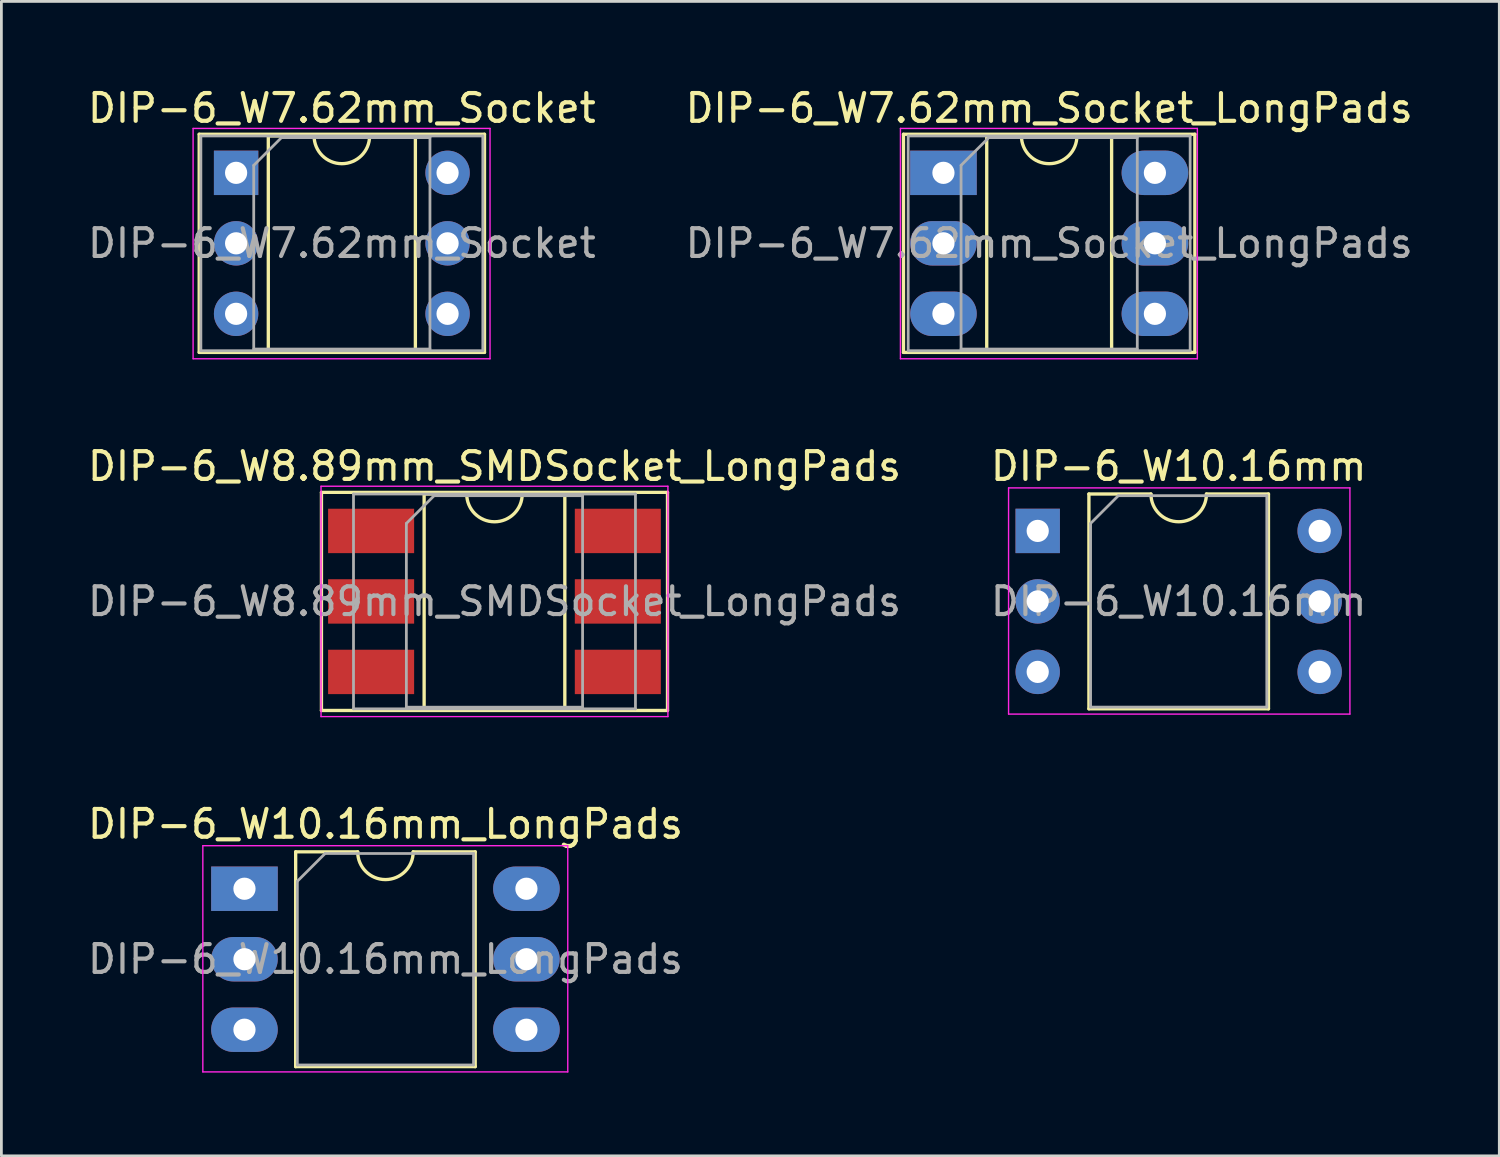
<source format=kicad_pcb>
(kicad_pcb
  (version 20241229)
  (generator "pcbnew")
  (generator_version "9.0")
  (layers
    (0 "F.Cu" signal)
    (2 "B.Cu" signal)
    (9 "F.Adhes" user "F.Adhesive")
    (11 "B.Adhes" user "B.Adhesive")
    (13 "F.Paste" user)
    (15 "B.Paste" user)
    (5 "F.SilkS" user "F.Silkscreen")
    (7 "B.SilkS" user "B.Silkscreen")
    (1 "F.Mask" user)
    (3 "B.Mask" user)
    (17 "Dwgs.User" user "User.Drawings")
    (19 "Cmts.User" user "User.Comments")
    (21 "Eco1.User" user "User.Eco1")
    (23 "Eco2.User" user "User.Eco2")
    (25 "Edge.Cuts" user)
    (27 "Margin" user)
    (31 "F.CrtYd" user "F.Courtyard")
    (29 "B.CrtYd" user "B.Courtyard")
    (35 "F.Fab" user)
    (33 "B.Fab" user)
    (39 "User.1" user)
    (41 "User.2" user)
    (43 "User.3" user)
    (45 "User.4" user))
  (footprint "DIP-6_W10.16mm"
    (layer "F.Cu")
    (at 34.343 16.081)
    (property "Reference" "DIP-6_W10.16mm" (at 5.08 -2.33 0) (layer "F.SilkS") (effects (font (size 1 1) (thickness 0.15))))
    (attr through_hole)
    (fp_line (start 1.845 -1.33) (end 1.845 6.41) (stroke (width 0.12) (type solid)) (layer "F.SilkS"))
    (fp_line (start 1.845 6.41) (end 8.315 6.41) (stroke (width 0.12) (type solid)) (layer "F.SilkS"))
    (fp_line (start 4.08 -1.33) (end 1.845 -1.33) (stroke (width 0.12) (type solid)) (layer "F.SilkS"))
    (fp_line (start 8.315 -1.33) (end 6.08 -1.33) (stroke (width 0.12) (type solid)) (layer "F.SilkS"))
    (fp_line (start 8.315 6.41) (end 8.315 -1.33) (stroke (width 0.12) (type solid)) (layer "F.SilkS"))
    (fp_arc (start 6.08 -1.33) (mid 5.08 -0.33) (end 4.08 -1.33) (stroke (width 0.12) (type solid)) (layer "F.SilkS"))
    (fp_line (start -1.05 -1.55) (end -1.05 6.6) (stroke (width 0.05) (type solid)) (layer "F.CrtYd"))
    (fp_line (start -1.05 6.6) (end 11.25 6.6) (stroke (width 0.05) (type solid)) (layer "F.CrtYd"))
    (fp_line (start 11.25 -1.55) (end -1.05 -1.55) (stroke (width 0.05) (type solid)) (layer "F.CrtYd"))
    (fp_line (start 11.25 6.6) (end 11.25 -1.55) (stroke (width 0.05) (type solid)) (layer "F.CrtYd"))
    (fp_line (start 1.905 -0.27) (end 2.905 -1.27) (stroke (width 0.1) (type solid)) (layer "F.Fab"))
    (fp_line (start 1.905 6.35) (end 1.905 -0.27) (stroke (width 0.1) (type solid)) (layer "F.Fab"))
    (fp_line (start 2.905 -1.27) (end 8.255 -1.27) (stroke (width 0.1) (type solid)) (layer "F.Fab"))
    (fp_line (start 8.255 -1.27) (end 8.255 6.35) (stroke (width 0.1) (type solid)) (layer "F.Fab"))
    (fp_line (start 8.255 6.35) (end 1.905 6.35) (stroke (width 0.1) (type solid)) (layer "F.Fab"))
    (fp_text user "${REFERENCE}" (at 5.08 2.54 0) (layer "F.Fab") (effects (font (size 1 1) (thickness 0.15))))
    (pad "1" thru_hole rect (at 0 0) (size 1.6 1.6) (drill 0.8) (layers "*.Cu" "*.Mask"))
    (pad "2" thru_hole oval (at 0 2.54) (size 1.6 1.6) (drill 0.8) (layers "*.Cu" "*.Mask"))
    (pad "3" thru_hole oval (at 0 5.08) (size 1.6 1.6) (drill 0.8) (layers "*.Cu" "*.Mask"))
    (pad "4" thru_hole oval (at 10.16 5.08) (size 1.6 1.6) (drill 0.8) (layers "*.Cu" "*.Mask"))
    (pad "5" thru_hole oval (at 10.16 2.54) (size 1.6 1.6) (drill 0.8) (layers "*.Cu" "*.Mask"))
    (pad "6" thru_hole oval (at 10.16 0) (size 1.6 1.6) (drill 0.8) (layers "*.Cu" "*.Mask")))
  (footprint "DIP-6_W8.89mm_SMDSocket_LongPads"
    (layer "F.Cu")
    (at 14.768 18.622)
    (property "Reference" "DIP-6_W8.89mm_SMDSocket_LongPads" (at 0 -4.87 0) (layer "F.SilkS") (effects (font (size 1 1) (thickness 0.15))))
    (attr smd)
    (fp_line (start -6.235 -3.93) (end -6.235 3.93) (stroke (width 0.12) (type solid)) (layer "F.SilkS"))
    (fp_line (start -6.235 3.93) (end 6.235 3.93) (stroke (width 0.12) (type solid)) (layer "F.SilkS"))
    (fp_line (start -2.535 -3.87) (end -2.535 3.87) (stroke (width 0.12) (type solid)) (layer "F.SilkS"))
    (fp_line (start -2.535 3.87) (end 2.535 3.87) (stroke (width 0.12) (type solid)) (layer "F.SilkS"))
    (fp_line (start -1 -3.87) (end -2.535 -3.87) (stroke (width 0.12) (type solid)) (layer "F.SilkS"))
    (fp_line (start 2.535 -3.87) (end 1 -3.87) (stroke (width 0.12) (type solid)) (layer "F.SilkS"))
    (fp_line (start 2.535 3.87) (end 2.535 -3.87) (stroke (width 0.12) (type solid)) (layer "F.SilkS"))
    (fp_line (start 6.235 -3.93) (end -6.235 -3.93) (stroke (width 0.12) (type solid)) (layer "F.SilkS"))
    (fp_line (start 6.235 3.93) (end 6.235 -3.93) (stroke (width 0.12) (type solid)) (layer "F.SilkS"))
    (fp_arc (start 1 -3.87) (mid 0 -2.87) (end -1 -3.87) (stroke (width 0.12) (type solid)) (layer "F.SilkS"))
    (fp_line (start -6.25 -4.15) (end -6.25 4.15) (stroke (width 0.05) (type solid)) (layer "F.CrtYd"))
    (fp_line (start -6.25 4.15) (end 6.25 4.15) (stroke (width 0.05) (type solid)) (layer "F.CrtYd"))
    (fp_line (start 6.25 -4.15) (end -6.25 -4.15) (stroke (width 0.05) (type solid)) (layer "F.CrtYd"))
    (fp_line (start 6.25 4.15) (end 6.25 -4.15) (stroke (width 0.05) (type solid)) (layer "F.CrtYd"))
    (fp_line (start -5.08 -3.87) (end -5.08 3.87) (stroke (width 0.1) (type solid)) (layer "F.Fab"))
    (fp_line (start -5.08 3.87) (end 5.08 3.87) (stroke (width 0.1) (type solid)) (layer "F.Fab"))
    (fp_line (start -3.175 -2.81) (end -2.175 -3.81) (stroke (width 0.1) (type solid)) (layer "F.Fab"))
    (fp_line (start -3.175 3.81) (end -3.175 -2.81) (stroke (width 0.1) (type solid)) (layer "F.Fab"))
    (fp_line (start -2.175 -3.81) (end 3.175 -3.81) (stroke (width 0.1) (type solid)) (layer "F.Fab"))
    (fp_line (start 3.175 -3.81) (end 3.175 3.81) (stroke (width 0.1) (type solid)) (layer "F.Fab"))
    (fp_line (start 3.175 3.81) (end -3.175 3.81) (stroke (width 0.1) (type solid)) (layer "F.Fab"))
    (fp_line (start 5.08 -3.87) (end -5.08 -3.87) (stroke (width 0.1) (type solid)) (layer "F.Fab"))
    (fp_line (start 5.08 3.87) (end 5.08 -3.87) (stroke (width 0.1) (type solid)) (layer "F.Fab"))
    (fp_text user "${REFERENCE}" (at 0 0 0) (layer "F.Fab") (effects (font (size 1 1) (thickness 0.15))))
    (pad "1" smd rect (at -4.445 -2.54) (size 3.1 1.6) (layers "F.Cu" "F.Mask" "F.Paste"))
    (pad "2" smd rect (at -4.445 0) (size 3.1 1.6) (layers "F.Cu" "F.Mask" "F.Paste"))
    (pad "3" smd rect (at -4.445 2.54) (size 3.1 1.6) (layers "F.Cu" "F.Mask" "F.Paste"))
    (pad "4" smd rect (at 4.445 2.54) (size 3.1 1.6) (layers "F.Cu" "F.Mask" "F.Paste"))
    (pad "5" smd rect (at 4.445 0) (size 3.1 1.6) (layers "F.Cu" "F.Mask" "F.Paste"))
    (pad "6" smd rect (at 4.445 -2.54) (size 3.1 1.6) (layers "F.Cu" "F.Mask" "F.Paste")))
  (footprint "DIP-6_W10.16mm_LongPads"
    (layer "F.Cu")
    (at 5.759 28.975)
    (property "Reference" "DIP-6_W10.16mm_LongPads" (at 5.08 -2.33 0) (layer "F.SilkS") (effects (font (size 1 1) (thickness 0.15))))
    (attr through_hole)
    (fp_line (start 1.845 -1.33) (end 1.845 6.41) (stroke (width 0.12) (type solid)) (layer "F.SilkS"))
    (fp_line (start 1.845 6.41) (end 8.315 6.41) (stroke (width 0.12) (type solid)) (layer "F.SilkS"))
    (fp_line (start 4.08 -1.33) (end 1.845 -1.33) (stroke (width 0.12) (type solid)) (layer "F.SilkS"))
    (fp_line (start 8.315 -1.33) (end 6.08 -1.33) (stroke (width 0.12) (type solid)) (layer "F.SilkS"))
    (fp_line (start 8.315 6.41) (end 8.315 -1.33) (stroke (width 0.12) (type solid)) (layer "F.SilkS"))
    (fp_arc (start 6.08 -1.33) (mid 5.08 -0.33) (end 4.08 -1.33) (stroke (width 0.12) (type solid)) (layer "F.SilkS"))
    (fp_line (start -1.5 -1.55) (end -1.5 6.6) (stroke (width 0.05) (type solid)) (layer "F.CrtYd"))
    (fp_line (start -1.5 6.6) (end 11.65 6.6) (stroke (width 0.05) (type solid)) (layer "F.CrtYd"))
    (fp_line (start 11.65 -1.55) (end -1.5 -1.55) (stroke (width 0.05) (type solid)) (layer "F.CrtYd"))
    (fp_line (start 11.65 6.6) (end 11.65 -1.55) (stroke (width 0.05) (type solid)) (layer "F.CrtYd"))
    (fp_line (start 1.905 -0.27) (end 2.905 -1.27) (stroke (width 0.1) (type solid)) (layer "F.Fab"))
    (fp_line (start 1.905 6.35) (end 1.905 -0.27) (stroke (width 0.1) (type solid)) (layer "F.Fab"))
    (fp_line (start 2.905 -1.27) (end 8.255 -1.27) (stroke (width 0.1) (type solid)) (layer "F.Fab"))
    (fp_line (start 8.255 -1.27) (end 8.255 6.35) (stroke (width 0.1) (type solid)) (layer "F.Fab"))
    (fp_line (start 8.255 6.35) (end 1.905 6.35) (stroke (width 0.1) (type solid)) (layer "F.Fab"))
    (fp_text user "${REFERENCE}" (at 5.08 2.54 0) (layer "F.Fab") (effects (font (size 1 1) (thickness 0.15))))
    (pad "1" thru_hole rect (at 0 0) (size 2.4 1.6) (drill 0.8) (layers "*.Cu" "*.Mask"))
    (pad "2" thru_hole oval (at 0 2.54) (size 2.4 1.6) (drill 0.8) (layers "*.Cu" "*.Mask"))
    (pad "3" thru_hole oval (at 0 5.08) (size 2.4 1.6) (drill 0.8) (layers "*.Cu" "*.Mask"))
    (pad "4" thru_hole oval (at 10.16 5.08) (size 2.4 1.6) (drill 0.8) (layers "*.Cu" "*.Mask"))
    (pad "5" thru_hole oval (at 10.16 2.54) (size 2.4 1.6) (drill 0.8) (layers "*.Cu" "*.Mask"))
    (pad "6" thru_hole oval (at 10.16 0) (size 2.4 1.6) (drill 0.8) (layers "*.Cu" "*.Mask")))
  (footprint "DIP-6_W7.62mm_Socket"
    (layer "F.Cu")
    (at 5.458 3.178)
    (property "Reference" "DIP-6_W7.62mm_Socket" (at 3.81 -2.33 0) (layer "F.SilkS") (effects (font (size 1 1) (thickness 0.15))))
    (attr through_hole)
    (fp_line (start -1.33 -1.39) (end -1.33 6.47) (stroke (width 0.12) (type solid)) (layer "F.SilkS"))
    (fp_line (start -1.33 6.47) (end 8.95 6.47) (stroke (width 0.12) (type solid)) (layer "F.SilkS"))
    (fp_line (start 1.16 -1.33) (end 1.16 6.41) (stroke (width 0.12) (type solid)) (layer "F.SilkS"))
    (fp_line (start 1.16 6.41) (end 6.46 6.41) (stroke (width 0.12) (type solid)) (layer "F.SilkS"))
    (fp_line (start 2.81 -1.33) (end 1.16 -1.33) (stroke (width 0.12) (type solid)) (layer "F.SilkS"))
    (fp_line (start 6.46 -1.33) (end 4.81 -1.33) (stroke (width 0.12) (type solid)) (layer "F.SilkS"))
    (fp_line (start 6.46 6.41) (end 6.46 -1.33) (stroke (width 0.12) (type solid)) (layer "F.SilkS"))
    (fp_line (start 8.95 -1.39) (end -1.33 -1.39) (stroke (width 0.12) (type solid)) (layer "F.SilkS"))
    (fp_line (start 8.95 6.47) (end 8.95 -1.39) (stroke (width 0.12) (type solid)) (layer "F.SilkS"))
    (fp_arc (start 4.81 -1.33) (mid 3.81 -0.33) (end 2.81 -1.33) (stroke (width 0.12) (type solid)) (layer "F.SilkS"))
    (fp_line (start -1.55 -1.6) (end -1.55 6.7) (stroke (width 0.05) (type solid)) (layer "F.CrtYd"))
    (fp_line (start -1.55 6.7) (end 9.15 6.7) (stroke (width 0.05) (type solid)) (layer "F.CrtYd"))
    (fp_line (start 9.15 -1.6) (end -1.55 -1.6) (stroke (width 0.05) (type solid)) (layer "F.CrtYd"))
    (fp_line (start 9.15 6.7) (end 9.15 -1.6) (stroke (width 0.05) (type solid)) (layer "F.CrtYd"))
    (fp_line (start -1.27 -1.33) (end -1.27 6.41) (stroke (width 0.1) (type solid)) (layer "F.Fab"))
    (fp_line (start -1.27 6.41) (end 8.89 6.41) (stroke (width 0.1) (type solid)) (layer "F.Fab"))
    (fp_line (start 0.635 -0.27) (end 1.635 -1.27) (stroke (width 0.1) (type solid)) (layer "F.Fab"))
    (fp_line (start 0.635 6.35) (end 0.635 -0.27) (stroke (width 0.1) (type solid)) (layer "F.Fab"))
    (fp_line (start 1.635 -1.27) (end 6.985 -1.27) (stroke (width 0.1) (type solid)) (layer "F.Fab"))
    (fp_line (start 6.985 -1.27) (end 6.985 6.35) (stroke (width 0.1) (type solid)) (layer "F.Fab"))
    (fp_line (start 6.985 6.35) (end 0.635 6.35) (stroke (width 0.1) (type solid)) (layer "F.Fab"))
    (fp_line (start 8.89 -1.33) (end -1.27 -1.33) (stroke (width 0.1) (type solid)) (layer "F.Fab"))
    (fp_line (start 8.89 6.41) (end 8.89 -1.33) (stroke (width 0.1) (type solid)) (layer "F.Fab"))
    (fp_text user "${REFERENCE}" (at 3.81 2.54 0) (layer "F.Fab") (effects (font (size 1 1) (thickness 0.15))))
    (pad "1" thru_hole rect (at 0 0) (size 1.6 1.6) (drill 0.8) (layers "*.Cu" "*.Mask"))
    (pad "2" thru_hole oval (at 0 2.54) (size 1.6 1.6) (drill 0.8) (layers "*.Cu" "*.Mask"))
    (pad "3" thru_hole oval (at 0 5.08) (size 1.6 1.6) (drill 0.8) (layers "*.Cu" "*.Mask"))
    (pad "4" thru_hole oval (at 7.62 5.08) (size 1.6 1.6) (drill 0.8) (layers "*.Cu" "*.Mask"))
    (pad "5" thru_hole oval (at 7.62 2.54) (size 1.6 1.6) (drill 0.8) (layers "*.Cu" "*.Mask"))
    (pad "6" thru_hole oval (at 7.62 0) (size 1.6 1.6) (drill 0.8) (layers "*.Cu" "*.Mask")))
  (footprint "DIP-6_W7.62mm_Socket_LongPads"
    (layer "F.Cu")
    (at 30.946 3.178)
    (property "Reference" "DIP-6_W7.62mm_Socket_LongPads" (at 3.81 -2.33 0) (layer "F.SilkS") (effects (font (size 1 1) (thickness 0.15))))
    (attr through_hole)
    (fp_line (start -1.44 -1.39) (end -1.44 6.47) (stroke (width 0.12) (type solid)) (layer "F.SilkS"))
    (fp_line (start -1.44 6.47) (end 9.06 6.47) (stroke (width 0.12) (type solid)) (layer "F.SilkS"))
    (fp_line (start 1.56 -1.33) (end 1.56 6.41) (stroke (width 0.12) (type solid)) (layer "F.SilkS"))
    (fp_line (start 1.56 6.41) (end 6.06 6.41) (stroke (width 0.12) (type solid)) (layer "F.SilkS"))
    (fp_line (start 2.81 -1.33) (end 1.56 -1.33) (stroke (width 0.12) (type solid)) (layer "F.SilkS"))
    (fp_line (start 6.06 -1.33) (end 4.81 -1.33) (stroke (width 0.12) (type solid)) (layer "F.SilkS"))
    (fp_line (start 6.06 6.41) (end 6.06 -1.33) (stroke (width 0.12) (type solid)) (layer "F.SilkS"))
    (fp_line (start 9.06 -1.39) (end -1.44 -1.39) (stroke (width 0.12) (type solid)) (layer "F.SilkS"))
    (fp_line (start 9.06 6.47) (end 9.06 -1.39) (stroke (width 0.12) (type solid)) (layer "F.SilkS"))
    (fp_arc (start 4.81 -1.33) (mid 3.81 -0.33) (end 2.81 -1.33) (stroke (width 0.12) (type solid)) (layer "F.SilkS"))
    (fp_line (start -1.55 -1.6) (end -1.55 6.7) (stroke (width 0.05) (type solid)) (layer "F.CrtYd"))
    (fp_line (start -1.55 6.7) (end 9.15 6.7) (stroke (width 0.05) (type solid)) (layer "F.CrtYd"))
    (fp_line (start 9.15 -1.6) (end -1.55 -1.6) (stroke (width 0.05) (type solid)) (layer "F.CrtYd"))
    (fp_line (start 9.15 6.7) (end 9.15 -1.6) (stroke (width 0.05) (type solid)) (layer "F.CrtYd"))
    (fp_line (start -1.27 -1.33) (end -1.27 6.41) (stroke (width 0.1) (type solid)) (layer "F.Fab"))
    (fp_line (start -1.27 6.41) (end 8.89 6.41) (stroke (width 0.1) (type solid)) (layer "F.Fab"))
    (fp_line (start 0.635 -0.27) (end 1.635 -1.27) (stroke (width 0.1) (type solid)) (layer "F.Fab"))
    (fp_line (start 0.635 6.35) (end 0.635 -0.27) (stroke (width 0.1) (type solid)) (layer "F.Fab"))
    (fp_line (start 1.635 -1.27) (end 6.985 -1.27) (stroke (width 0.1) (type solid)) (layer "F.Fab"))
    (fp_line (start 6.985 -1.27) (end 6.985 6.35) (stroke (width 0.1) (type solid)) (layer "F.Fab"))
    (fp_line (start 6.985 6.35) (end 0.635 6.35) (stroke (width 0.1) (type solid)) (layer "F.Fab"))
    (fp_line (start 8.89 -1.33) (end -1.27 -1.33) (stroke (width 0.1) (type solid)) (layer "F.Fab"))
    (fp_line (start 8.89 6.41) (end 8.89 -1.33) (stroke (width 0.1) (type solid)) (layer "F.Fab"))
    (fp_text user "${REFERENCE}" (at 3.81 2.54 0) (layer "F.Fab") (effects (font (size 1 1) (thickness 0.15))))
    (pad "1" thru_hole rect (at 0 0) (size 2.4 1.6) (drill 0.8) (layers "*.Cu" "*.Mask"))
    (pad "2" thru_hole oval (at 0 2.54) (size 2.4 1.6) (drill 0.8) (layers "*.Cu" "*.Mask"))
    (pad "3" thru_hole oval (at 0 5.08) (size 2.4 1.6) (drill 0.8) (layers "*.Cu" "*.Mask"))
    (pad "4" thru_hole oval (at 7.62 5.08) (size 2.4 1.6) (drill 0.8) (layers "*.Cu" "*.Mask"))
    (pad "5" thru_hole oval (at 7.62 2.54) (size 2.4 1.6) (drill 0.8) (layers "*.Cu" "*.Mask"))
    (pad "6" thru_hole oval (at 7.62 0) (size 2.4 1.6) (drill 0.8) (layers "*.Cu" "*.Mask")))
  (gr_rect
    (start -3 -3)
    (end 50.976 38.6)
    (stroke (width 0.1) (type default))
    (fill no)
    (layer "Edge.Cuts")))
</source>
